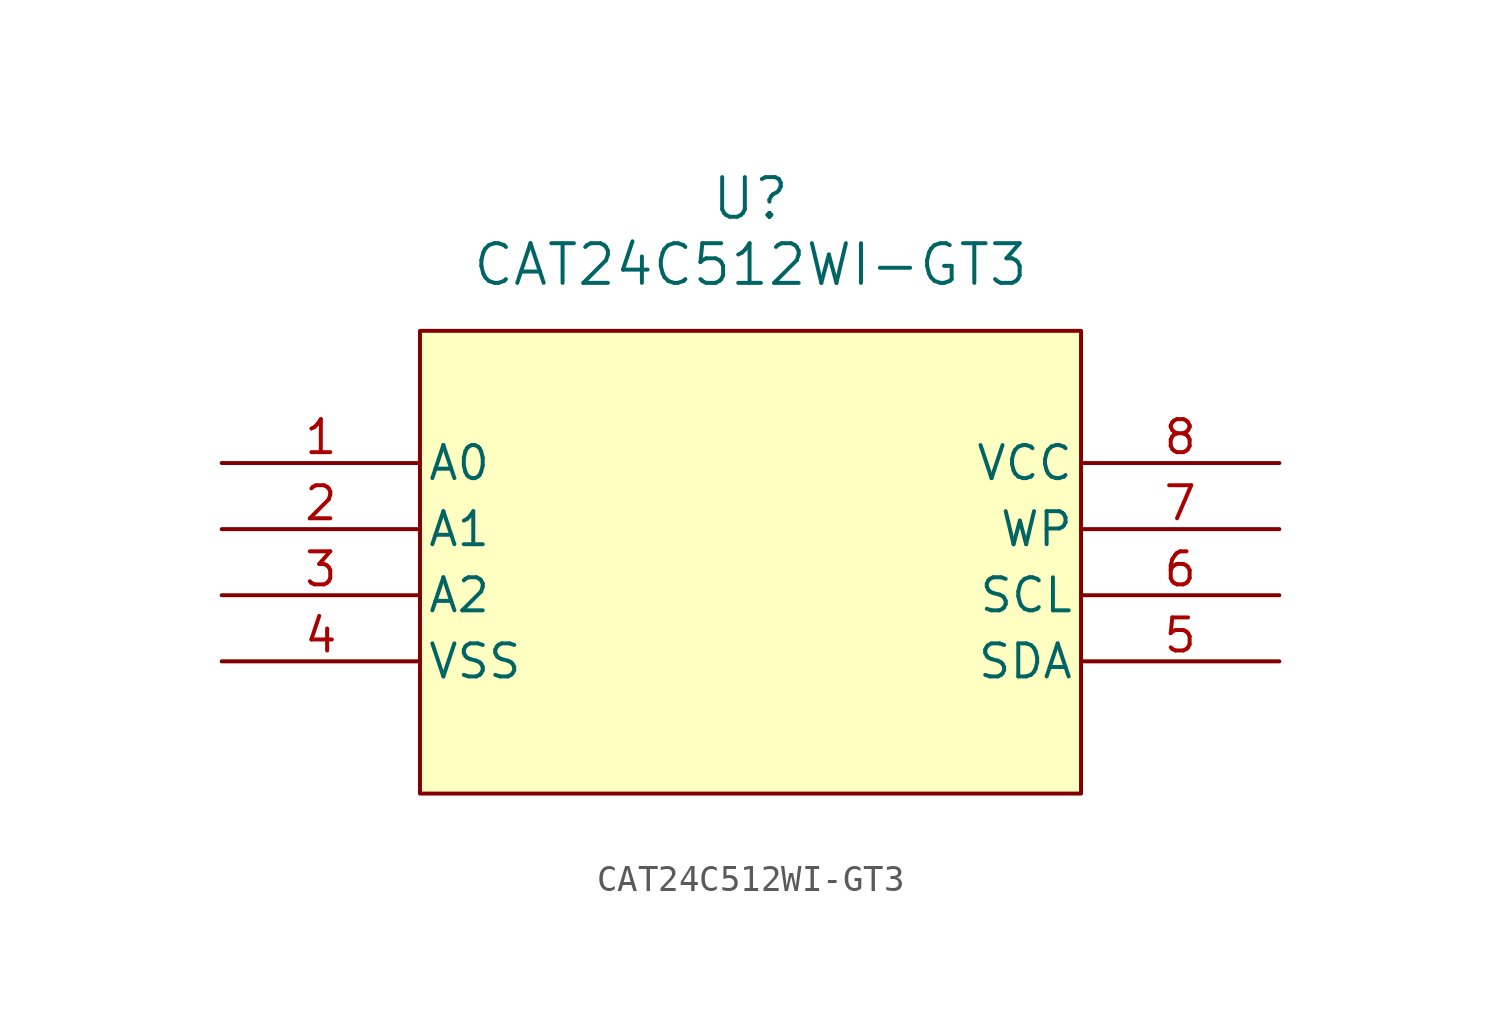
<source format=kicad_sym>
(kicad_symbol_lib
  (version 20241209)
  (generator "kicad_symbol_editor")
  (generator_version "9.0")
  (symbol "CAT24C512WI-GT3"
    (pin_names
      (offset 0.254))
    (property "Reference" "U"
      (at 20.32 10.16 0)
      (effects (font (size 1.524 1.524))))
    (property "Value" "CAT24C512WI-GT3"
      (at 20.32 7.62 0)
      (effects (font (size 1.524 1.524))))
    (property "ki_locked" ""
      (at 0 0 0)
      (effects (font (size 1.27 1.27))))
    (symbol "CAT24C512WI-GT3_0_1"
      (pin unspecified line (at 0 0 0) (length 7.62) (name "A0" (effects (font (size 1.27 1.27)))) (number "1" (effects (font (size 1.27 1.27)))))
      (pin unspecified line (at 0 -2.54 0) (length 7.62) (name "A1" (effects (font (size 1.27 1.27)))) (number "2" (effects (font (size 1.27 1.27)))))
      (pin unspecified line (at 0 -5.08 0) (length 7.62) (name "A2" (effects (font (size 1.27 1.27)))) (number "3" (effects (font (size 1.27 1.27)))))
      (pin power_in line (at 0 -7.62 0) (length 7.62) (name "VSS" (effects (font (size 1.27 1.27)))) (number "4" (effects (font (size 1.27 1.27)))))
      (pin power_in line (at 40.64 0 180) (length 7.62) (name "VCC" (effects (font (size 1.27 1.27)))) (number "8" (effects (font (size 1.27 1.27)))))
      (pin unspecified line (at 40.64 -2.54 180) (length 7.62) (name "WP" (effects (font (size 1.27 1.27)))) (number "7" (effects (font (size 1.27 1.27)))))
      (pin unspecified line (at 40.64 -5.08 180) (length 7.62) (name "SCL" (effects (font (size 1.27 1.27)))) (number "6" (effects (font (size 1.27 1.27)))))
      (pin unspecified line (at 40.64 -7.62 180) (length 7.62) (name "SDA" (effects (font (size 1.27 1.27)))) (number "5" (effects (font (size 1.27 1.27))))))
    (symbol "CAT24C512WI-GT3_1_1"
      (rectangle (start 7.62 5.08) (end 33.02 -12.7) (stroke (width 0) (type default)) (fill (type background))))))
</source>
